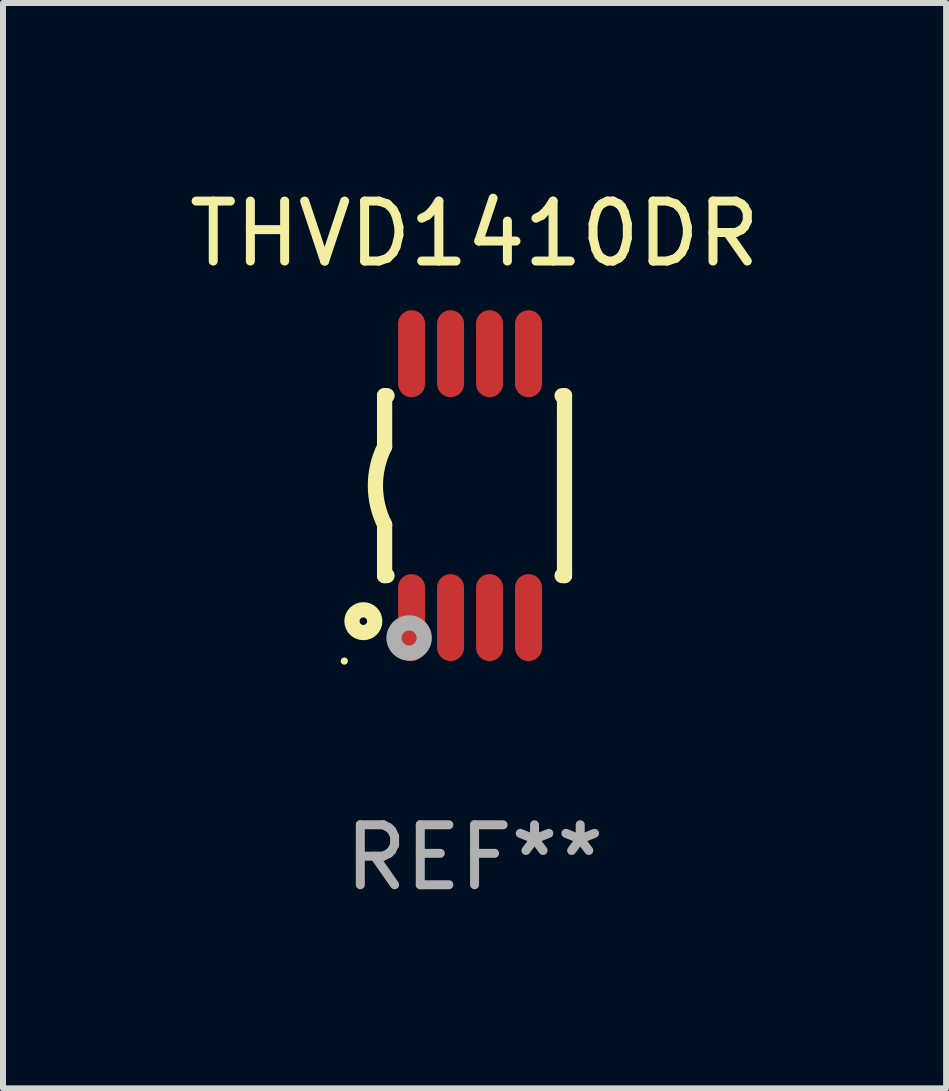
<source format=kicad_pcb>
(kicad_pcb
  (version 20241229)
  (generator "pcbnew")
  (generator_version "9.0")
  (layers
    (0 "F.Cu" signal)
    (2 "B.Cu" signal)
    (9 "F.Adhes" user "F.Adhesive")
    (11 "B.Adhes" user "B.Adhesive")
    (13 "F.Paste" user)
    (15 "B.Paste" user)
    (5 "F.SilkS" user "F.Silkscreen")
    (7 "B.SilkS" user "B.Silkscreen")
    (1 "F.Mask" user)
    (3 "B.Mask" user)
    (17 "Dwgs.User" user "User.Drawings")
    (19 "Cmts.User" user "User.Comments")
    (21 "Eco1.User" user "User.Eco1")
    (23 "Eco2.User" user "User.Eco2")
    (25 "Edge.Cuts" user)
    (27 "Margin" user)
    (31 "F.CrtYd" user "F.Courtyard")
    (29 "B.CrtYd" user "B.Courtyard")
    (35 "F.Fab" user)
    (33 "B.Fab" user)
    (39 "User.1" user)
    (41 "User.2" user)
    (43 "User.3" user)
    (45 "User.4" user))
  (footprint "THVD1410DR"
    (layer "F.Cu")
    (at 4.863 5.048)
    (property "Reference" "THVD1410DR" (at 0 -4.2 0) (layer "F.SilkS") (effects (font (size 1 1) (thickness 0.15))))
    (attr through_hole)
    (fp_line (start -1.5 -1.5) (end -1.5 -0.65) (stroke (width 0.254) (type solid)) (layer "F.SilkS"))
    (fp_line (start -1.5 -1.5) (end -1.46 -1.5) (stroke (width 0.254) (type solid)) (layer "F.SilkS"))
    (fp_line (start -1.5 1.5) (end -1.5 0.65) (stroke (width 0.254) (type solid)) (layer "F.SilkS"))
    (fp_line (start -1.5 1.5) (end -1.46 1.5) (stroke (width 0.254) (type solid)) (layer "F.SilkS"))
    (fp_line (start 1.46 -1.5) (end 1.5 -1.5) (stroke (width 0.254) (type solid)) (layer "F.SilkS"))
    (fp_line (start 1.46 1.5) (end 1.5 1.5) (stroke (width 0.254) (type solid)) (layer "F.SilkS"))
    (fp_line (start 1.5 -1.5) (end 1.5 1.5) (stroke (width 0.254) (type solid)) (layer "F.SilkS"))
    (fp_arc (start -1.499899 0.648921) (mid -1.653255 -0.000547) (end -1.5 -0.650038) (stroke (width 0.254001) (type solid)) (layer "F.SilkS"))
    (fp_circle (center -2.172 2.925) (end -2.142 2.925) (stroke (width 0.06) (type solid)) (fill no) (layer "F.SilkS"))
    (fp_circle (center -1.854 2.26) (end -1.664 2.26) (stroke (width 0.254) (type solid)) (fill no) (layer "F.SilkS"))
    (fp_circle (center -1.091 2.54) (end -0.966 2.54) (stroke (width 0.254) (type solid)) (fill no) (layer "F.Fab"))
    (fp_text user "REF**" (at 0 6.2 0) (layer "F.Fab") (effects (font (size 1 1) (thickness 0.15))))
    (pad "1" smd oval (at -1.05 2.2 180) (size 0.45 1.45) (layers "F.Cu" "F.Mask" "F.Paste"))
    (pad "2" smd oval (at -0.4 2.2 180) (size 0.45 1.45) (layers "F.Cu" "F.Mask" "F.Paste"))
    (pad "3" smd oval (at 0.25 2.2 180) (size 0.45 1.45) (layers "F.Cu" "F.Mask" "F.Paste"))
    (pad "4" smd oval (at 0.9 2.2 180) (size 0.45 1.45) (layers "F.Cu" "F.Mask" "F.Paste"))
    (pad "5" smd oval (at 0.9 -2.2 180) (size 0.45 1.45) (layers "F.Cu" "F.Mask" "F.Paste"))
    (pad "6" smd oval (at 0.25 -2.2 180) (size 0.45 1.45) (layers "F.Cu" "F.Mask" "F.Paste"))
    (pad "7" smd oval (at -0.4 -2.2 180) (size 0.45 1.45) (layers "F.Cu" "F.Mask" "F.Paste"))
    (pad "8" smd oval (at -1.05 -2.2 180) (size 0.45 1.45) (layers "F.Cu" "F.Mask" "F.Paste")))
  (gr_rect
    (start -3 -3)
    (end 12.726 15.097)
    (stroke (width 0.1) (type default))
    (fill no)
    (layer "Edge.Cuts")))
</source>
